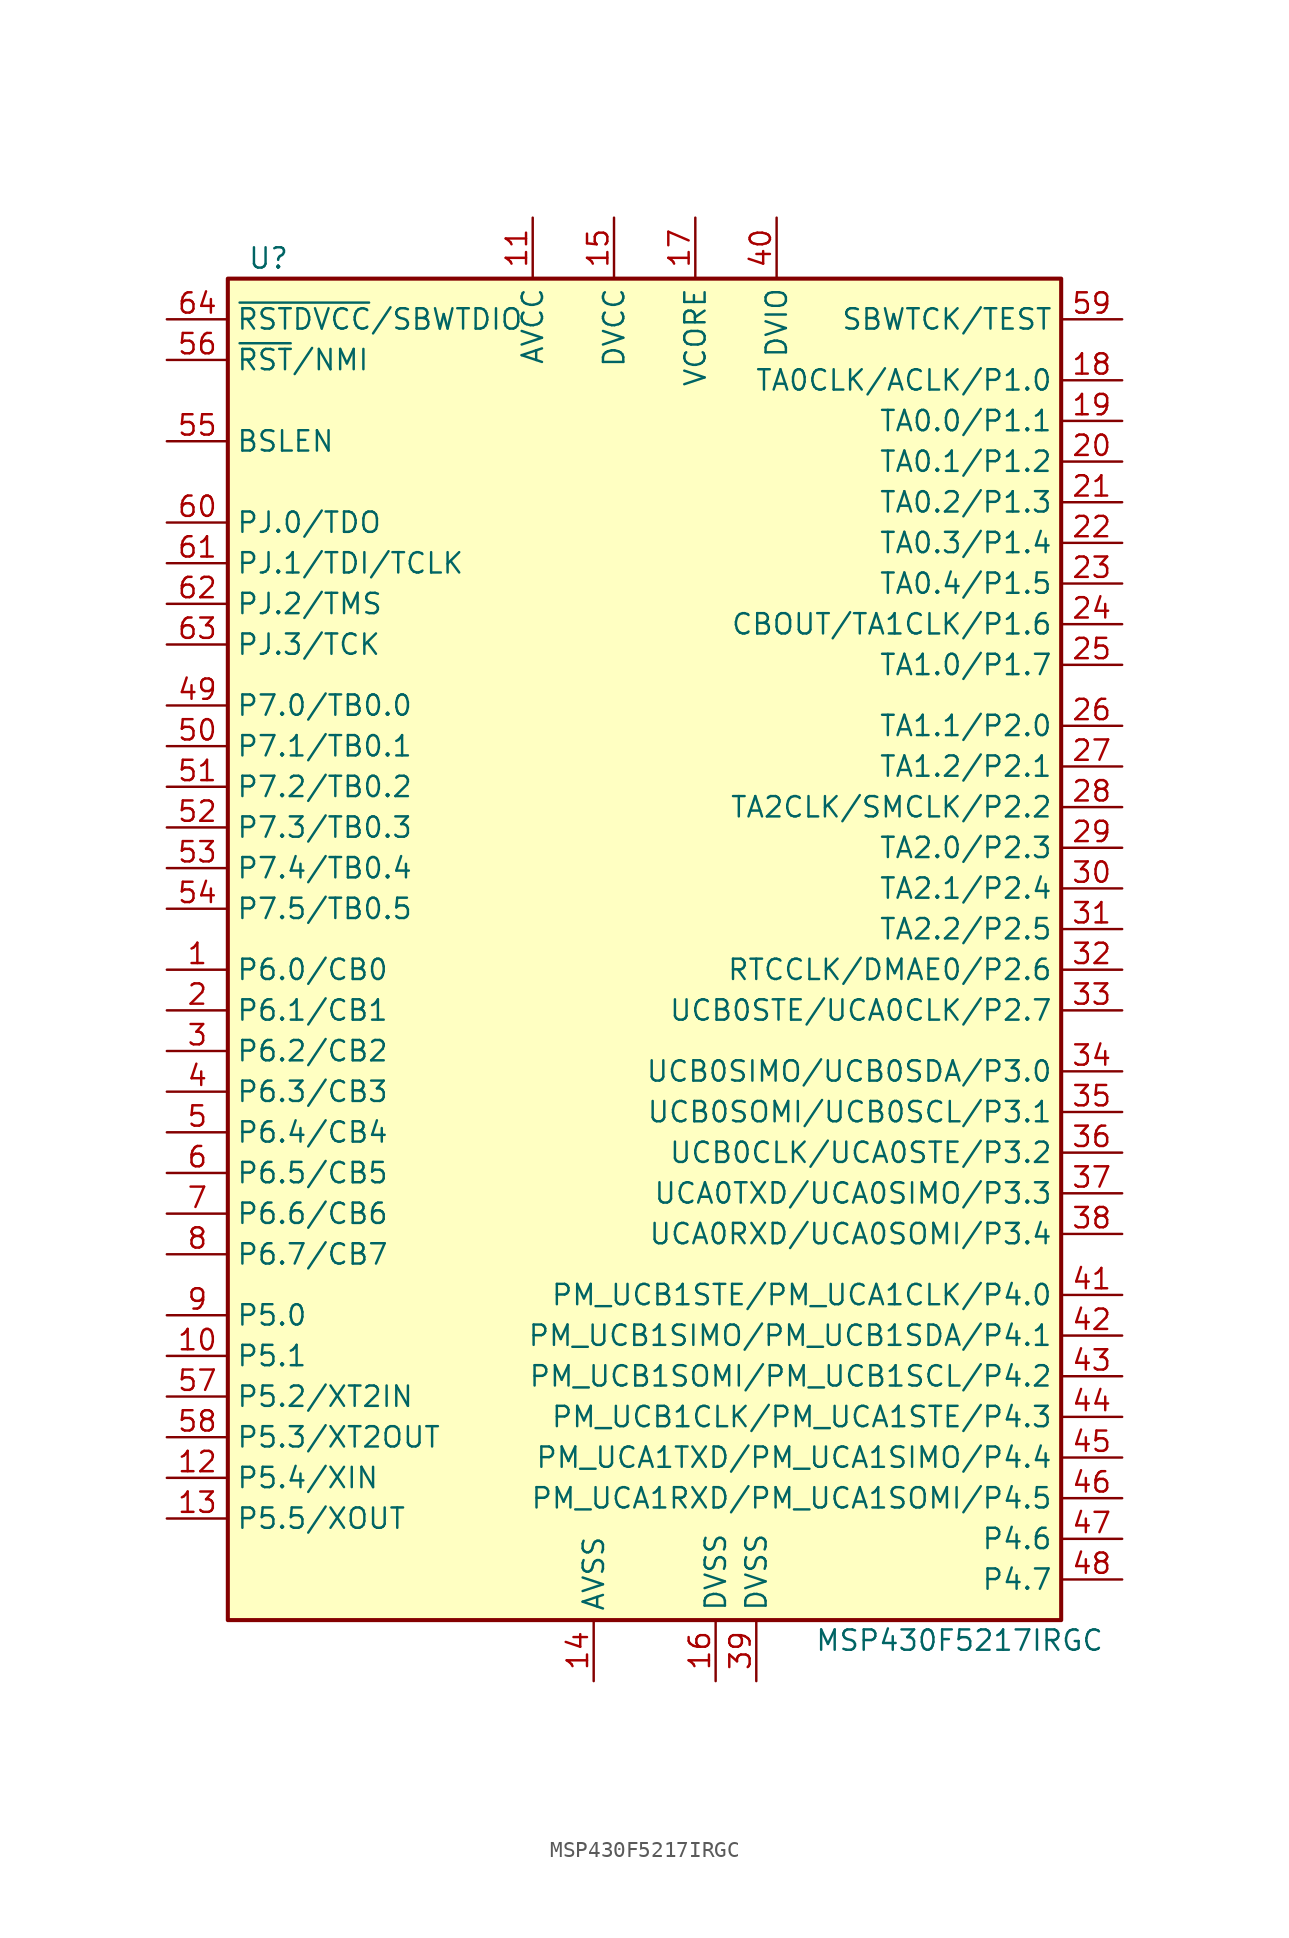
<source format=kicad_sym>
(kicad_symbol_lib
  (version 20211014)
  (generator kicad_symbol_editor)
  (symbol "MSP430F5217IRGC"
    (property "Reference" "U"
      (at -24.13 43.18 0)
      (effects (font (size 1.27 1.27))))
    (property "Value" "MSP430F5217IRGC"
      (at 19.05 -43.18 0)
      (effects (font (size 1.27 1.27))))
    (symbol "MSP430F5217IRGC_0_1"
      (rectangle (start -26.67 41.91) (end 25.4 -41.91) (stroke (width 0.254) (type default) (color 0 0 0 0)) (fill (type background))))
    (symbol "MSP430F5217IRGC_1_1"
      (pin bidirectional line (at -30.48 -1.27 0) (length 3.81) (name "P6.0/CB0" (effects (font (size 1.27 1.27)))) (number "1" (effects (font (size 1.27 1.27)))))
      (pin bidirectional line (at -30.48 -25.4 0) (length 3.81) (name "P5.1" (effects (font (size 1.27 1.27)))) (number "10" (effects (font (size 1.27 1.27)))))
      (pin power_in line (at -7.62 45.72 270) (length 3.81) (name "AVCC" (effects (font (size 1.27 1.27)))) (number "11" (effects (font (size 1.27 1.27)))))
      (pin bidirectional line (at -30.48 -33.02 0) (length 3.81) (name "P5.4/XIN" (effects (font (size 1.27 1.27)))) (number "12" (effects (font (size 1.27 1.27)))))
      (pin bidirectional line (at -30.48 -35.56 0) (length 3.81) (name "P5.5/XOUT" (effects (font (size 1.27 1.27)))) (number "13" (effects (font (size 1.27 1.27)))))
      (pin power_in line (at -3.81 -45.72 90) (length 3.81) (name "AVSS" (effects (font (size 1.27 1.27)))) (number "14" (effects (font (size 1.27 1.27)))))
      (pin power_in line (at -2.54 45.72 270) (length 3.81) (name "DVCC" (effects (font (size 1.27 1.27)))) (number "15" (effects (font (size 1.27 1.27)))))
      (pin power_in line (at 3.81 -45.72 90) (length 3.81) (name "DVSS" (effects (font (size 1.27 1.27)))) (number "16" (effects (font (size 1.27 1.27)))))
      (pin power_in line (at 2.54 45.72 270) (length 3.81) (name "VCORE" (effects (font (size 1.27 1.27)))) (number "17" (effects (font (size 1.27 1.27)))))
      (pin bidirectional line (at 29.21 35.56 180) (length 3.81) (name "TA0CLK/ACLK/P1.0" (effects (font (size 1.27 1.27)))) (number "18" (effects (font (size 1.27 1.27)))))
      (pin bidirectional line (at 29.21 33.02 180) (length 3.81) (name "TA0.0/P1.1" (effects (font (size 1.27 1.27)))) (number "19" (effects (font (size 1.27 1.27)))))
      (pin bidirectional line (at -30.48 -3.81 0) (length 3.81) (name "P6.1/CB1" (effects (font (size 1.27 1.27)))) (number "2" (effects (font (size 1.27 1.27)))))
      (pin bidirectional line (at 29.21 30.48 180) (length 3.81) (name "TA0.1/P1.2" (effects (font (size 1.27 1.27)))) (number "20" (effects (font (size 1.27 1.27)))))
      (pin bidirectional line (at 29.21 27.94 180) (length 3.81) (name "TA0.2/P1.3" (effects (font (size 1.27 1.27)))) (number "21" (effects (font (size 1.27 1.27)))))
      (pin bidirectional line (at 29.21 25.4 180) (length 3.81) (name "TA0.3/P1.4" (effects (font (size 1.27 1.27)))) (number "22" (effects (font (size 1.27 1.27)))))
      (pin bidirectional line (at 29.21 22.86 180) (length 3.81) (name "TA0.4/P1.5" (effects (font (size 1.27 1.27)))) (number "23" (effects (font (size 1.27 1.27)))))
      (pin bidirectional line (at 29.21 20.32 180) (length 3.81) (name "CBOUT/TA1CLK/P1.6" (effects (font (size 1.27 1.27)))) (number "24" (effects (font (size 1.27 1.27)))))
      (pin bidirectional line (at 29.21 17.78 180) (length 3.81) (name "TA1.0/P1.7" (effects (font (size 1.27 1.27)))) (number "25" (effects (font (size 1.27 1.27)))))
      (pin bidirectional line (at 29.21 13.97 180) (length 3.81) (name "TA1.1/P2.0" (effects (font (size 1.27 1.27)))) (number "26" (effects (font (size 1.27 1.27)))))
      (pin bidirectional line (at 29.21 11.43 180) (length 3.81) (name "TA1.2/P2.1" (effects (font (size 1.27 1.27)))) (number "27" (effects (font (size 1.27 1.27)))))
      (pin bidirectional line (at 29.21 8.89 180) (length 3.81) (name "TA2CLK/SMCLK/P2.2" (effects (font (size 1.27 1.27)))) (number "28" (effects (font (size 1.27 1.27)))))
      (pin bidirectional line (at 29.21 6.35 180) (length 3.81) (name "TA2.0/P2.3" (effects (font (size 1.27 1.27)))) (number "29" (effects (font (size 1.27 1.27)))))
      (pin bidirectional line (at -30.48 -6.35 0) (length 3.81) (name "P6.2/CB2" (effects (font (size 1.27 1.27)))) (number "3" (effects (font (size 1.27 1.27)))))
      (pin bidirectional line (at 29.21 3.81 180) (length 3.81) (name "TA2.1/P2.4" (effects (font (size 1.27 1.27)))) (number "30" (effects (font (size 1.27 1.27)))))
      (pin bidirectional line (at 29.21 1.27 180) (length 3.81) (name "TA2.2/P2.5" (effects (font (size 1.27 1.27)))) (number "31" (effects (font (size 1.27 1.27)))))
      (pin bidirectional line (at 29.21 -1.27 180) (length 3.81) (name "RTCCLK/DMAE0/P2.6" (effects (font (size 1.27 1.27)))) (number "32" (effects (font (size 1.27 1.27)))))
      (pin bidirectional line (at 29.21 -3.81 180) (length 3.81) (name "UCB0STE/UCA0CLK/P2.7" (effects (font (size 1.27 1.27)))) (number "33" (effects (font (size 1.27 1.27)))))
      (pin bidirectional line (at 29.21 -7.62 180) (length 3.81) (name "UCB0SIMO/UCB0SDA/P3.0" (effects (font (size 1.27 1.27)))) (number "34" (effects (font (size 1.27 1.27)))))
      (pin bidirectional line (at 29.21 -10.16 180) (length 3.81) (name "UCB0SOMI/UCB0SCL/P3.1" (effects (font (size 1.27 1.27)))) (number "35" (effects (font (size 1.27 1.27)))))
      (pin bidirectional line (at 29.21 -12.7 180) (length 3.81) (name "UCB0CLK/UCA0STE/P3.2" (effects (font (size 1.27 1.27)))) (number "36" (effects (font (size 1.27 1.27)))))
      (pin bidirectional line (at 29.21 -15.24 180) (length 3.81) (name "UCA0TXD/UCA0SIMO/P3.3" (effects (font (size 1.27 1.27)))) (number "37" (effects (font (size 1.27 1.27)))))
      (pin bidirectional line (at 29.21 -17.78 180) (length 3.81) (name "UCA0RXD/UCA0SOMI/P3.4" (effects (font (size 1.27 1.27)))) (number "38" (effects (font (size 1.27 1.27)))))
      (pin power_in line (at 6.35 -45.72 90) (length 3.81) (name "DVSS" (effects (font (size 1.27 1.27)))) (number "39" (effects (font (size 1.27 1.27)))))
      (pin bidirectional line (at -30.48 -8.89 0) (length 3.81) (name "P6.3/CB3" (effects (font (size 1.27 1.27)))) (number "4" (effects (font (size 1.27 1.27)))))
      (pin power_in line (at 7.62 45.72 270) (length 3.81) (name "DVIO" (effects (font (size 1.27 1.27)))) (number "40" (effects (font (size 1.27 1.27)))))
      (pin bidirectional line (at 29.21 -21.59 180) (length 3.81) (name "PM_UCB1STE/PM_UCA1CLK/P4.0" (effects (font (size 1.27 1.27)))) (number "41" (effects (font (size 1.27 1.27)))))
      (pin bidirectional line (at 29.21 -24.13 180) (length 3.81) (name "PM_UCB1SIMO/PM_UCB1SDA/P4.1" (effects (font (size 1.27 1.27)))) (number "42" (effects (font (size 1.27 1.27)))))
      (pin bidirectional line (at 29.21 -26.67 180) (length 3.81) (name "PM_UCB1SOMI/PM_UCB1SCL/P4.2" (effects (font (size 1.27 1.27)))) (number "43" (effects (font (size 1.27 1.27)))))
      (pin bidirectional line (at 29.21 -29.21 180) (length 3.81) (name "PM_UCB1CLK/PM_UCA1STE/P4.3" (effects (font (size 1.27 1.27)))) (number "44" (effects (font (size 1.27 1.27)))))
      (pin bidirectional line (at 29.21 -31.75 180) (length 3.81) (name "PM_UCA1TXD/PM_UCA1SIMO/P4.4" (effects (font (size 1.27 1.27)))) (number "45" (effects (font (size 1.27 1.27)))))
      (pin bidirectional line (at 29.21 -34.29 180) (length 3.81) (name "PM_UCA1RXD/PM_UCA1SOMI/P4.5" (effects (font (size 1.27 1.27)))) (number "46" (effects (font (size 1.27 1.27)))))
      (pin bidirectional line (at 29.21 -36.83 180) (length 3.81) (name "P4.6" (effects (font (size 1.27 1.27)))) (number "47" (effects (font (size 1.27 1.27)))))
      (pin bidirectional line (at 29.21 -39.37 180) (length 3.81) (name "P4.7" (effects (font (size 1.27 1.27)))) (number "48" (effects (font (size 1.27 1.27)))))
      (pin bidirectional line (at -30.48 15.24 0) (length 3.81) (name "P7.0/TB0.0" (effects (font (size 1.27 1.27)))) (number "49" (effects (font (size 1.27 1.27)))))
      (pin bidirectional line (at -30.48 -11.43 0) (length 3.81) (name "P6.4/CB4" (effects (font (size 1.27 1.27)))) (number "5" (effects (font (size 1.27 1.27)))))
      (pin bidirectional line (at -30.48 12.7 0) (length 3.81) (name "P7.1/TB0.1" (effects (font (size 1.27 1.27)))) (number "50" (effects (font (size 1.27 1.27)))))
      (pin bidirectional line (at -30.48 10.16 0) (length 3.81) (name "P7.2/TB0.2" (effects (font (size 1.27 1.27)))) (number "51" (effects (font (size 1.27 1.27)))))
      (pin bidirectional line (at -30.48 7.62 0) (length 3.81) (name "P7.3/TB0.3" (effects (font (size 1.27 1.27)))) (number "52" (effects (font (size 1.27 1.27)))))
      (pin bidirectional line (at -30.48 5.08 0) (length 3.81) (name "P7.4/TB0.4" (effects (font (size 1.27 1.27)))) (number "53" (effects (font (size 1.27 1.27)))))
      (pin bidirectional line (at -30.48 2.54 0) (length 3.81) (name "P7.5/TB0.5" (effects (font (size 1.27 1.27)))) (number "54" (effects (font (size 1.27 1.27)))))
      (pin bidirectional line (at -30.48 31.75 0) (length 3.81) (name "BSLEN" (effects (font (size 1.27 1.27)))) (number "55" (effects (font (size 1.27 1.27)))))
      (pin input line (at -30.48 36.83 0) (length 3.81) (name "~{RST}/NMI" (effects (font (size 1.27 1.27)))) (number "56" (effects (font (size 1.27 1.27)))))
      (pin bidirectional line (at -30.48 -27.94 0) (length 3.81) (name "P5.2/XT2IN" (effects (font (size 1.27 1.27)))) (number "57" (effects (font (size 1.27 1.27)))))
      (pin bidirectional line (at -30.48 -30.48 0) (length 3.81) (name "P5.3/XT2OUT" (effects (font (size 1.27 1.27)))) (number "58" (effects (font (size 1.27 1.27)))))
      (pin input line (at 29.21 39.37 180) (length 3.81) (name "SBWTCK/TEST" (effects (font (size 1.27 1.27)))) (number "59" (effects (font (size 1.27 1.27)))))
      (pin bidirectional line (at -30.48 -13.97 0) (length 3.81) (name "P6.5/CB5" (effects (font (size 1.27 1.27)))) (number "6" (effects (font (size 1.27 1.27)))))
      (pin bidirectional line (at -30.48 26.67 0) (length 3.81) (name "PJ.0/TDO" (effects (font (size 1.27 1.27)))) (number "60" (effects (font (size 1.27 1.27)))))
      (pin bidirectional line (at -30.48 24.13 0) (length 3.81) (name "PJ.1/TDI/TCLK" (effects (font (size 1.27 1.27)))) (number "61" (effects (font (size 1.27 1.27)))))
      (pin bidirectional line (at -30.48 21.59 0) (length 3.81) (name "PJ.2/TMS" (effects (font (size 1.27 1.27)))) (number "62" (effects (font (size 1.27 1.27)))))
      (pin bidirectional line (at -30.48 19.05 0) (length 3.81) (name "PJ.3/TCK" (effects (font (size 1.27 1.27)))) (number "63" (effects (font (size 1.27 1.27)))))
      (pin bidirectional line (at -30.48 39.37 0) (length 3.81) (name "~{RSTDVCC}/SBWTDIO" (effects (font (size 1.27 1.27)))) (number "64" (effects (font (size 1.27 1.27)))))
      (pin bidirectional line (at -30.48 -16.51 0) (length 3.81) (name "P6.6/CB6" (effects (font (size 1.27 1.27)))) (number "7" (effects (font (size 1.27 1.27)))))
      (pin bidirectional line (at -30.48 -19.05 0) (length 3.81) (name "P6.7/CB7" (effects (font (size 1.27 1.27)))) (number "8" (effects (font (size 1.27 1.27)))))
      (pin bidirectional line (at -30.48 -22.86 0) (length 3.81) (name "P5.0" (effects (font (size 1.27 1.27)))) (number "9" (effects (font (size 1.27 1.27))))))))
</source>
